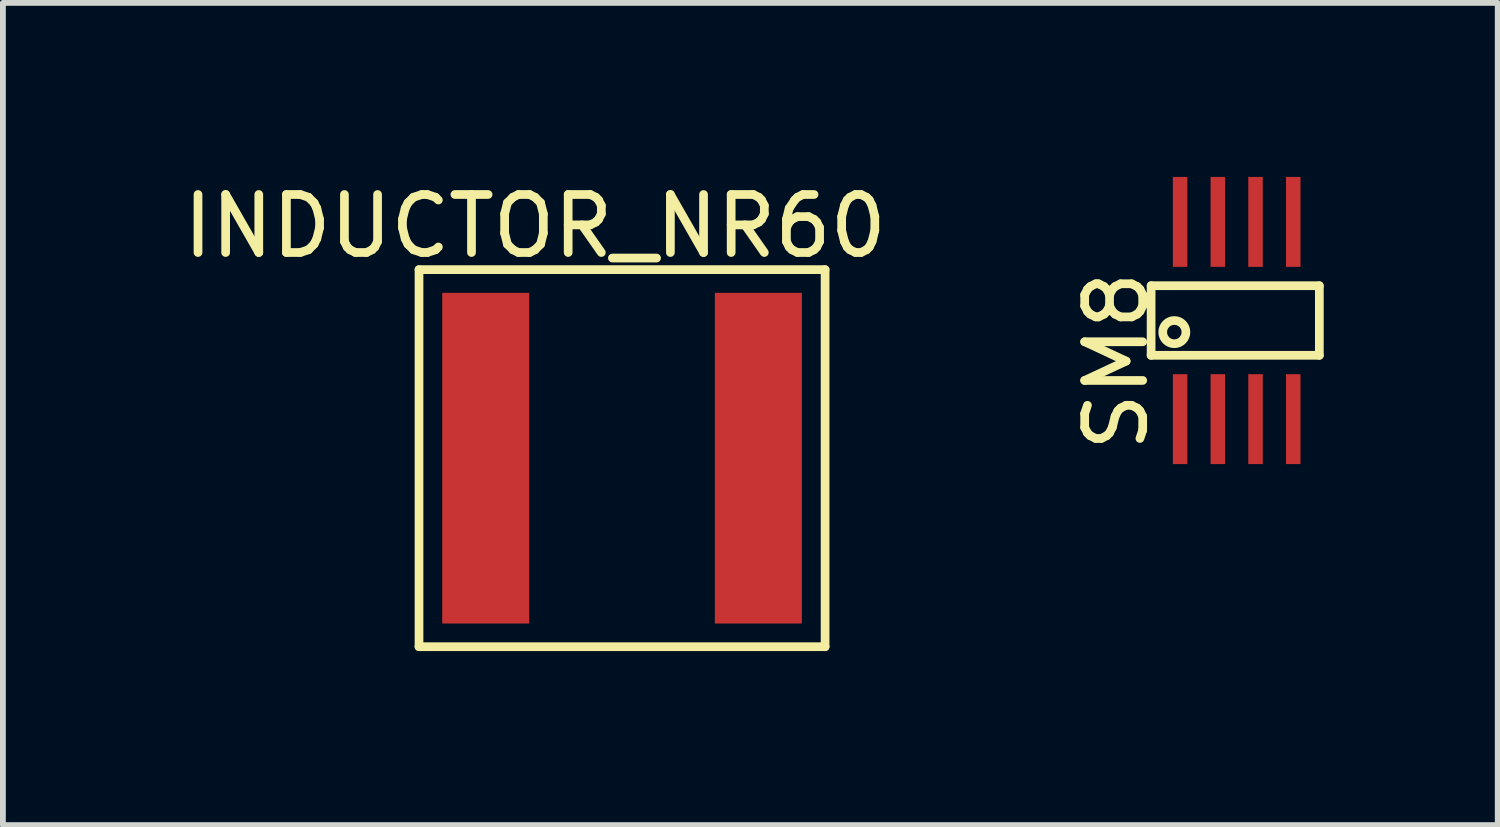
<source format=kicad_pcb>
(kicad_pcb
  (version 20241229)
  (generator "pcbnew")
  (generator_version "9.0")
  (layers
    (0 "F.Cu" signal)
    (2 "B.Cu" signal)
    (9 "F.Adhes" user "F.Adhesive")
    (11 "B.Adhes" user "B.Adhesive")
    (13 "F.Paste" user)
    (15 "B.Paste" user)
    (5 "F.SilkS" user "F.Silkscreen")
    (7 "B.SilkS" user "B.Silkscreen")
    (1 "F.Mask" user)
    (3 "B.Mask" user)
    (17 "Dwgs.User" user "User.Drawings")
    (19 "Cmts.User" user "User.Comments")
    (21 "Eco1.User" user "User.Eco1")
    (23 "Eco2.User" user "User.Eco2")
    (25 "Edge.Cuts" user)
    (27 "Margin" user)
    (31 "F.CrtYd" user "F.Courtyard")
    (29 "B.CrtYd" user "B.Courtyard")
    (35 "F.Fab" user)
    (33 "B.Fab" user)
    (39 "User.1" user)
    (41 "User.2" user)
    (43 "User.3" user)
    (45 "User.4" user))
  (footprint "INDUCTOR_NR60"
    (layer "F.Cu")
    (at 7.673 4.848)
    (property "Reference" "INDUCTOR_NR60" (at -1.5 -4 0) (layer "F.SilkS") (effects (font (size 1 1) (thickness 0.15))))
    (attr through_hole)
    (fp_line (start -3.5 -3.25) (end -3.5 3.25) (stroke (width 0.15) (type solid)) (layer "F.SilkS"))
    (fp_line (start -3.5 3.25) (end 3.5 3.25) (stroke (width 0.15) (type solid)) (layer "F.SilkS"))
    (fp_line (start 3.5 -3.25) (end -3.5 -3.25) (stroke (width 0.15) (type solid)) (layer "F.SilkS"))
    (fp_line (start 3.5 3.25) (end 3.5 -3.25) (stroke (width 0.15) (type solid)) (layer "F.SilkS"))
    (pad "1" smd rect (at -2.35 0) (size 1.5 5.7) (layers "F.Cu" "F.Mask" "F.Paste"))
    (pad "2" smd rect (at 2.35 0) (size 1.5 5.7) (layers "F.Cu" "F.Mask" "F.Paste")))
  (footprint "SM8"
    (layer "F.Cu")
    (at 17.293 0.775)
    (property "Reference" "SM8" (at -1.1 2.4 90) (layer "F.SilkS") (effects (font (size 1 1) (thickness 0.15))))
    (attr through_hole)
    (fp_line (start -0.5 1.1) (end 2.4 1.1) (stroke (width 0.15) (type solid)) (layer "F.SilkS"))
    (fp_line (start -0.5 2.3) (end -0.5 1.1) (stroke (width 0.15) (type solid)) (layer "F.SilkS"))
    (fp_line (start 2.4 1.1) (end 2.4 2.3) (stroke (width 0.15) (type solid)) (layer "F.SilkS"))
    (fp_line (start 2.4 2.3) (end -0.5 2.3) (stroke (width 0.15) (type solid)) (layer "F.SilkS"))
    (fp_circle (center -0.1 1.9) (end -0.1 1.7) (stroke (width 0.15) (type solid)) (fill no) (layer "F.SilkS"))
    (pad "1" smd rect (at 0 3.4) (size 0.25 1.55) (layers "F.Cu" "F.Mask" "F.Paste"))
    (pad "2" smd rect (at 0.65 3.4) (size 0.25 1.55) (layers "F.Cu" "F.Mask" "F.Paste"))
    (pad "3" smd rect (at 1.3 3.4) (size 0.25 1.55) (layers "F.Cu" "F.Mask" "F.Paste"))
    (pad "4" smd rect (at 1.95 3.4) (size 0.25 1.55) (layers "F.Cu" "F.Mask" "F.Paste"))
    (pad "5" smd rect (at 1.95 0) (size 0.25 1.55) (layers "F.Cu" "F.Mask" "F.Paste"))
    (pad "6" smd rect (at 1.3 0) (size 0.25 1.55) (layers "F.Cu" "F.Mask" "F.Paste"))
    (pad "7" smd rect (at 0.65 0) (size 0.25 1.55) (layers "F.Cu" "F.Mask" "F.Paste"))
    (pad "8" smd rect (at 0 0) (size 0.25 1.55) (layers "F.Cu" "F.Mask" "F.Paste")))
  (gr_rect
    (start -3 -3)
    (end 22.768 11.173)
    (stroke (width 0.1) (type default))
    (fill no)
    (layer "Edge.Cuts")))
</source>
